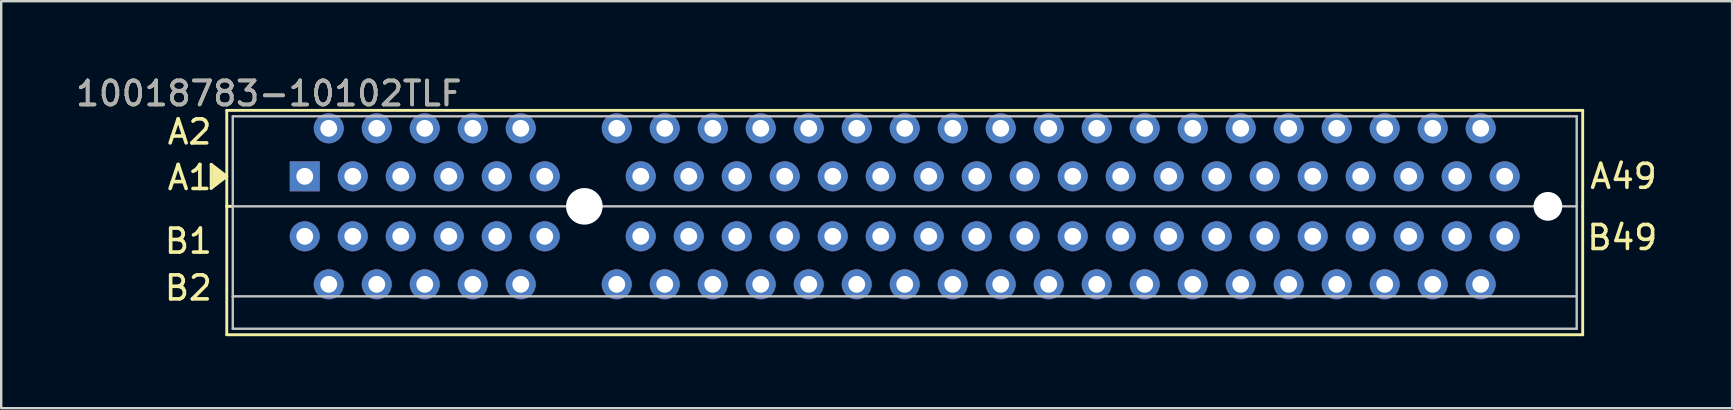
<source format=kicad_pcb>
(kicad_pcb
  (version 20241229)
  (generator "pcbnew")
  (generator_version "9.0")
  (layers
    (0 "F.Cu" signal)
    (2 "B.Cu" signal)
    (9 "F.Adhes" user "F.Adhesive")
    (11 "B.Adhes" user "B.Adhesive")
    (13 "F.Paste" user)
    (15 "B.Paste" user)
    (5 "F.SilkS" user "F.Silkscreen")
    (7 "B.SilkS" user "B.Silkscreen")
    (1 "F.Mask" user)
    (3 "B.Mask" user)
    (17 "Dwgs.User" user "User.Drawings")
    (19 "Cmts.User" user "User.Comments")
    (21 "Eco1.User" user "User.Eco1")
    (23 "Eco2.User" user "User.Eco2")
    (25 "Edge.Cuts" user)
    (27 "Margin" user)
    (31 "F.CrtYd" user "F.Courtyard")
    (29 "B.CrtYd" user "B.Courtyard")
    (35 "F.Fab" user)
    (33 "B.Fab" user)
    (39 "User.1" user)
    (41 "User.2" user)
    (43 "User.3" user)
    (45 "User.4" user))
  (footprint "10018783-10102TLF"
    (layer "F.Cu")
    (at 21.299 5.548)
    (property "Reference" "10018783-10102TLF" (at -13.15 -4.7 0) (unlocked yes) (layer "F.SilkS") (effects (font (size 1 1) (thickness 0.15))))
    (attr through_hole)
    (fp_line (start -15.55 -1.75) (end -15.55 -0.75) (stroke (width 0.12) (type solid)) (layer "F.SilkS"))
    (fp_line (start -15.55 -0.75) (end -14.9 -1.25) (stroke (width 0.12) (type solid)) (layer "F.SilkS"))
    (fp_line (start -15.45 -1.6) (end -15.05 -1.25) (stroke (width 0.12) (type solid)) (layer "F.SilkS"))
    (fp_line (start -15.45 -0.95) (end -15.45 -1.6) (stroke (width 0.12) (type solid)) (layer "F.SilkS"))
    (fp_line (start -15.45 -0.85) (end -15.35 -1.45) (stroke (width 0.12) (type solid)) (layer "F.SilkS"))
    (fp_line (start -15.35 -1.45) (end -15.2 -1.25) (stroke (width 0.12) (type solid)) (layer "F.SilkS"))
    (fp_line (start -15.35 -1.15) (end -15.35 -1.3) (stroke (width 0.12) (type solid)) (layer "F.SilkS"))
    (fp_line (start -15.2 -1.25) (end -15.35 -1.15) (stroke (width 0.12) (type solid)) (layer "F.SilkS"))
    (fp_line (start -15.05 -1.25) (end -15.45 -0.95) (stroke (width 0.12) (type solid)) (layer "F.SilkS"))
    (fp_line (start -14.9 -1.25) (end -15.55 -1.75) (stroke (width 0.12) (type solid)) (layer "F.SilkS"))
    (fp_line (start -14.9 0) (end -14.9 -4) (stroke (width 0.12) (type solid)) (layer "F.SilkS"))
    (fp_line (start -14.9 0) (end -14.9 5.35) (stroke (width 0.12) (type solid)) (layer "F.SilkS"))
    (fp_line (start -14.9 5.35) (end 41.6 5.35) (stroke (width 0.12) (type solid)) (layer "F.SilkS"))
    (fp_line (start -14.65 0) (end -14.9 0) (stroke (width 0.12) (type solid)) (layer "F.SilkS"))
    (fp_line (start 41.6 -4) (end -14.9 -4) (stroke (width 0.12) (type solid)) (layer "F.SilkS"))
    (fp_line (start 41.6 0) (end 41.6 -4) (stroke (width 0.12) (type solid)) (layer "F.SilkS"))
    (fp_line (start 41.6 5.35) (end 41.6 0) (stroke (width 0.12) (type solid)) (layer "F.SilkS"))
    (fp_line (start -14.65 -3.75) (end -14.65 0) (stroke (width 0.1) (type solid)) (layer "Dwgs.User"))
    (fp_line (start -14.65 0) (end -14.65 3.75) (stroke (width 0.1) (type solid)) (layer "Dwgs.User"))
    (fp_line (start -14.65 3.75) (end -14.65 5.1) (stroke (width 0.1) (type solid)) (layer "Dwgs.User"))
    (fp_line (start -14.65 3.75) (end 41.35 3.75) (stroke (width 0.1) (type solid)) (layer "Dwgs.User"))
    (fp_line (start -14.65 5.1) (end 41.35 5.1) (stroke (width 0.1) (type solid)) (layer "Dwgs.User"))
    (fp_line (start -0.15 0) (end -14.65 0) (stroke (width 0.1) (type solid)) (layer "Dwgs.User"))
    (fp_line (start -0.15 0) (end 41.35 0) (stroke (width 0.1) (type solid)) (layer "Dwgs.User"))
    (fp_line (start 41.35 -3.75) (end -14.65 -3.75) (stroke (width 0.1) (type solid)) (layer "Dwgs.User"))
    (fp_line (start 41.35 0) (end 41.35 -3.75) (stroke (width 0.1) (type solid)) (layer "Dwgs.User"))
    (fp_line (start 41.35 3.75) (end 41.35 0) (stroke (width 0.1) (type solid)) (layer "Dwgs.User"))
    (fp_line (start 41.35 5.1) (end 41.35 3.75) (stroke (width 0.1) (type solid)) (layer "Dwgs.User"))
    (fp_text user "A2" (at -16.45 -3.1 0) (unlocked yes) (layer "F.SilkS") (effects (font (size 1 1) (thickness 0.15))))
    (fp_text user "B49" (at 43.25 1.3 0) (unlocked yes) (layer "F.SilkS") (effects (font (size 1 1) (thickness 0.15))))
    (fp_text user "B1" (at -16.5 1.45 0) (unlocked yes) (layer "F.SilkS") (effects (font (size 1 1) (thickness 0.15))))
    (fp_text user "A1" (at -16.45 -1.2 0) (unlocked yes) (layer "F.SilkS") (effects (font (size 1 1) (thickness 0.15))))
    (fp_text user "B2" (at -16.5 3.4 0) (unlocked yes) (layer "F.SilkS") (effects (font (size 1 1) (thickness 0.15))))
    (fp_text user "A49" (at 43.3 -1.25 0) (unlocked yes) (layer "F.SilkS") (effects (font (size 1 1) (thickness 0.15))))
    (fp_text user "${REFERENCE}" (at -13.15 -4.7 0) (unlocked yes) (layer "F.Fab") (effects (font (size 1 1) (thickness 0.15))))
    (pad "" np_thru_hole circle (at 0 0) (size 1.524 1.524) (drill 2.35) (layers "*.Cu" "*.Mask"))
    (pad "" np_thru_hole circle (at 40.15 0) (size 1.2 1.2) (drill 2.35) (layers "*.Cu" "*.Mask"))
    (pad "A1" thru_hole rect (at -11.65 -1.25) (size 1.25 1.25) (drill 0.7) (layers "*.Cu" "*.Mask"))
    (pad "A2" thru_hole circle (at -10.65 -3.25) (size 1.25 1.25) (drill 0.7) (layers "*.Cu" "*.Mask"))
    (pad "A3" thru_hole circle (at -9.65 -1.25) (size 1.25 1.25) (drill 0.7) (layers "*.Cu" "*.Mask"))
    (pad "A4" thru_hole circle (at -8.65 -3.25) (size 1.25 1.25) (drill 0.7) (layers "*.Cu" "*.Mask"))
    (pad "A5" thru_hole circle (at -7.65 -1.25) (size 1.25 1.25) (drill 0.7) (layers "*.Cu" "*.Mask"))
    (pad "A6" thru_hole circle (at -6.65 -3.25) (size 1.25 1.25) (drill 0.7) (layers "*.Cu" "*.Mask"))
    (pad "A7" thru_hole circle (at -5.65 -1.25) (size 1.25 1.25) (drill 0.7) (layers "*.Cu" "*.Mask"))
    (pad "A8" thru_hole circle (at -4.65 -3.25) (size 1.25 1.25) (drill 0.7) (layers "*.Cu" "*.Mask"))
    (pad "A9" thru_hole circle (at -3.65 -1.25) (size 1.25 1.25) (drill 0.7) (layers "*.Cu" "*.Mask"))
    (pad "A10" thru_hole circle (at -2.65 -3.25) (size 1.25 1.25) (drill 0.7) (layers "*.Cu" "*.Mask"))
    (pad "A11" thru_hole circle (at -1.65 -1.25) (size 1.25 1.25) (drill 0.7) (layers "*.Cu" "*.Mask"))
    (pad "A12" thru_hole circle (at 1.35 -3.25) (size 1.25 1.25) (drill 0.7) (layers "*.Cu" "*.Mask"))
    (pad "A13" thru_hole circle (at 2.35 -1.25) (size 1.25 1.25) (drill 0.7) (layers "*.Cu" "*.Mask"))
    (pad "A14" thru_hole circle (at 3.35 -3.25) (size 1.25 1.25) (drill 0.7) (layers "*.Cu" "*.Mask"))
    (pad "A15" thru_hole circle (at 4.35 -1.25) (size 1.25 1.25) (drill 0.7) (layers "*.Cu" "*.Mask"))
    (pad "A16" thru_hole circle (at 5.35 -3.25) (size 1.25 1.25) (drill 0.7) (layers "*.Cu" "*.Mask"))
    (pad "A17" thru_hole circle (at 6.35 -1.25) (size 1.25 1.25) (drill 0.7) (layers "*.Cu" "*.Mask"))
    (pad "A18" thru_hole circle (at 7.35 -3.25) (size 1.25 1.25) (drill 0.7) (layers "*.Cu" "*.Mask"))
    (pad "A19" thru_hole circle (at 8.35 -1.25) (size 1.25 1.25) (drill 0.7) (layers "*.Cu" "*.Mask"))
    (pad "A20" thru_hole circle (at 9.35 -3.25) (size 1.25 1.25) (drill 0.7) (layers "*.Cu" "*.Mask"))
    (pad "A21" thru_hole circle (at 10.35 -1.25) (size 1.25 1.25) (drill 0.7) (layers "*.Cu" "*.Mask"))
    (pad "A22" thru_hole circle (at 11.35 -3.25) (size 1.25 1.25) (drill 0.7) (layers "*.Cu" "*.Mask"))
    (pad "A23" thru_hole circle (at 12.35 -1.25) (size 1.25 1.25) (drill 0.7) (layers "*.Cu" "*.Mask"))
    (pad "A24" thru_hole circle (at 13.35 -3.25) (size 1.25 1.25) (drill 0.7) (layers "*.Cu" "*.Mask"))
    (pad "A25" thru_hole circle (at 14.35 -1.25) (size 1.25 1.25) (drill 0.7) (layers "*.Cu" "*.Mask"))
    (pad "A26" thru_hole circle (at 15.35 -3.25) (size 1.25 1.25) (drill 0.7) (layers "*.Cu" "*.Mask"))
    (pad "A27" thru_hole circle (at 16.35 -1.25) (size 1.25 1.25) (drill 0.7) (layers "*.Cu" "*.Mask"))
    (pad "A28" thru_hole circle (at 17.35 -3.25) (size 1.25 1.25) (drill 0.7) (layers "*.Cu" "*.Mask"))
    (pad "A29" thru_hole circle (at 18.35 -1.25) (size 1.25 1.25) (drill 0.7) (layers "*.Cu" "*.Mask"))
    (pad "A30" thru_hole circle (at 19.35 -3.25) (size 1.25 1.25) (drill 0.7) (layers "*.Cu" "*.Mask"))
    (pad "A31" thru_hole circle (at 20.35 -1.25) (size 1.25 1.25) (drill 0.7) (layers "*.Cu" "*.Mask"))
    (pad "A32" thru_hole circle (at 21.35 -3.25) (size 1.25 1.25) (drill 0.7) (layers "*.Cu" "*.Mask"))
    (pad "A33" thru_hole circle (at 22.35 -1.25) (size 1.25 1.25) (drill 0.7) (layers "*.Cu" "*.Mask"))
    (pad "A34" thru_hole circle (at 23.35 -3.25) (size 1.25 1.25) (drill 0.7) (layers "*.Cu" "*.Mask"))
    (pad "A35" thru_hole circle (at 24.35 -1.25) (size 1.25 1.25) (drill 0.7) (layers "*.Cu" "*.Mask"))
    (pad "A36" thru_hole circle (at 25.35 -3.25) (size 1.25 1.25) (drill 0.7) (layers "*.Cu" "*.Mask"))
    (pad "A37" thru_hole circle (at 26.35 -1.25) (size 1.25 1.25) (drill 0.7) (layers "*.Cu" "*.Mask"))
    (pad "A38" thru_hole circle (at 27.35 -3.25) (size 1.25 1.25) (drill 0.7) (layers "*.Cu" "*.Mask"))
    (pad "A39" thru_hole circle (at 28.35 -1.25) (size 1.25 1.25) (drill 0.7) (layers "*.Cu" "*.Mask"))
    (pad "A40" thru_hole circle (at 29.35 -3.25) (size 1.25 1.25) (drill 0.7) (layers "*.Cu" "*.Mask"))
    (pad "A41" thru_hole circle (at 30.35 -1.25) (size 1.25 1.25) (drill 0.7) (layers "*.Cu" "*.Mask"))
    (pad "A42" thru_hole circle (at 31.35 -3.25) (size 1.25 1.25) (drill 0.7) (layers "*.Cu" "*.Mask"))
    (pad "A43" thru_hole circle (at 32.35 -1.25) (size 1.25 1.25) (drill 0.7) (layers "*.Cu" "*.Mask"))
    (pad "A44" thru_hole circle (at 33.35 -3.25) (size 1.25 1.25) (drill 0.7) (layers "*.Cu" "*.Mask"))
    (pad "A45" thru_hole circle (at 34.35 -1.25) (size 1.25 1.25) (drill 0.7) (layers "*.Cu" "*.Mask"))
    (pad "A46" thru_hole circle (at 35.35 -3.25) (size 1.25 1.25) (drill 0.7) (layers "*.Cu" "*.Mask"))
    (pad "A47" thru_hole circle (at 36.35 -1.25) (size 1.25 1.25) (drill 0.7) (layers "*.Cu" "*.Mask"))
    (pad "A48" thru_hole circle (at 37.35 -3.25) (size 1.25 1.25) (drill 0.7) (layers "*.Cu" "*.Mask"))
    (pad "A49" thru_hole circle (at 38.35 -1.25) (size 1.25 1.25) (drill 0.7) (layers "*.Cu" "*.Mask"))
    (pad "B1" thru_hole circle (at -11.65 1.25) (size 1.25 1.25) (drill 0.7) (layers "*.Cu" "*.Mask"))
    (pad "B2" thru_hole circle (at -10.65 3.25) (size 1.25 1.25) (drill 0.7) (layers "*.Cu" "*.Mask"))
    (pad "B3" thru_hole circle (at -9.65 1.25) (size 1.25 1.25) (drill 0.7) (layers "*.Cu" "*.Mask"))
    (pad "B4" thru_hole circle (at -8.65 3.25) (size 1.25 1.25) (drill 0.7) (layers "*.Cu" "*.Mask"))
    (pad "B5" thru_hole circle (at -7.65 1.25) (size 1.25 1.25) (drill 0.7) (layers "*.Cu" "*.Mask"))
    (pad "B6" thru_hole circle (at -6.65 3.25) (size 1.25 1.25) (drill 0.7) (layers "*.Cu" "*.Mask"))
    (pad "B7" thru_hole circle (at -5.65 1.25) (size 1.25 1.25) (drill 0.7) (layers "*.Cu" "*.Mask"))
    (pad "B8" thru_hole circle (at -4.65 3.25) (size 1.25 1.25) (drill 0.7) (layers "*.Cu" "*.Mask"))
    (pad "B9" thru_hole circle (at -3.65 1.25) (size 1.25 1.25) (drill 0.7) (layers "*.Cu" "*.Mask"))
    (pad "B10" thru_hole circle (at -2.65 3.25) (size 1.25 1.25) (drill 0.7) (layers "*.Cu" "*.Mask"))
    (pad "B11" thru_hole circle (at -1.65 1.25) (size 1.25 1.25) (drill 0.7) (layers "*.Cu" "*.Mask"))
    (pad "B12" thru_hole circle (at 1.35 3.25) (size 1.25 1.25) (drill 0.7) (layers "*.Cu" "*.Mask"))
    (pad "B13" thru_hole circle (at 2.35 1.25) (size 1.25 1.25) (drill 0.7) (layers "*.Cu" "*.Mask"))
    (pad "B14" thru_hole circle (at 3.35 3.25) (size 1.25 1.25) (drill 0.7) (layers "*.Cu" "*.Mask"))
    (pad "B15" thru_hole circle (at 4.35 1.25) (size 1.25 1.25) (drill 0.7) (layers "*.Cu" "*.Mask"))
    (pad "B16" thru_hole circle (at 5.35 3.25) (size 1.25 1.25) (drill 0.7) (layers "*.Cu" "*.Mask"))
    (pad "B17" thru_hole circle (at 6.35 1.25) (size 1.25 1.25) (drill 0.7) (layers "*.Cu" "*.Mask"))
    (pad "B18" thru_hole circle (at 7.35 3.25) (size 1.25 1.25) (drill 0.7) (layers "*.Cu" "*.Mask"))
    (pad "B19" thru_hole circle (at 8.35 1.25) (size 1.25 1.25) (drill 0.7) (layers "*.Cu" "*.Mask"))
    (pad "B20" thru_hole circle (at 9.35 3.25) (size 1.25 1.25) (drill 0.7) (layers "*.Cu" "*.Mask"))
    (pad "B21" thru_hole circle (at 10.35 1.25) (size 1.25 1.25) (drill 0.7) (layers "*.Cu" "*.Mask"))
    (pad "B22" thru_hole circle (at 11.35 3.25) (size 1.25 1.25) (drill 0.7) (layers "*.Cu" "*.Mask"))
    (pad "B23" thru_hole circle (at 12.35 1.25) (size 1.25 1.25) (drill 0.7) (layers "*.Cu" "*.Mask"))
    (pad "B24" thru_hole circle (at 13.35 3.25) (size 1.25 1.25) (drill 0.7) (layers "*.Cu" "*.Mask"))
    (pad "B25" thru_hole circle (at 14.35 1.25) (size 1.25 1.25) (drill 0.7) (layers "*.Cu" "*.Mask"))
    (pad "B26" thru_hole circle (at 15.35 3.25) (size 1.25 1.25) (drill 0.7) (layers "*.Cu" "*.Mask"))
    (pad "B27" thru_hole circle (at 16.35 1.25) (size 1.25 1.25) (drill 0.7) (layers "*.Cu" "*.Mask"))
    (pad "B28" thru_hole circle (at 17.35 3.25) (size 1.25 1.25) (drill 0.7) (layers "*.Cu" "*.Mask"))
    (pad "B29" thru_hole circle (at 18.35 1.25) (size 1.25 1.25) (drill 0.7) (layers "*.Cu" "*.Mask"))
    (pad "B30" thru_hole circle (at 19.35 3.25) (size 1.25 1.25) (drill 0.7) (layers "*.Cu" "*.Mask"))
    (pad "B31" thru_hole circle (at 20.35 1.25) (size 1.25 1.25) (drill 0.7) (layers "*.Cu" "*.Mask"))
    (pad "B32" thru_hole circle (at 21.35 3.25) (size 1.25 1.25) (drill 0.7) (layers "*.Cu" "*.Mask"))
    (pad "B33" thru_hole circle (at 22.35 1.25) (size 1.25 1.25) (drill 0.7) (layers "*.Cu" "*.Mask"))
    (pad "B34" thru_hole circle (at 23.35 3.25) (size 1.25 1.25) (drill 0.7) (layers "*.Cu" "*.Mask"))
    (pad "B35" thru_hole circle (at 24.35 1.25) (size 1.25 1.25) (drill 0.7) (layers "*.Cu" "*.Mask"))
    (pad "B36" thru_hole circle (at 25.35 3.25) (size 1.25 1.25) (drill 0.7) (layers "*.Cu" "*.Mask"))
    (pad "B37" thru_hole circle (at 26.35 1.25) (size 1.25 1.25) (drill 0.7) (layers "*.Cu" "*.Mask"))
    (pad "B38" thru_hole circle (at 27.35 3.25) (size 1.25 1.25) (drill 0.7) (layers "*.Cu" "*.Mask"))
    (pad "B39" thru_hole circle (at 28.35 1.25) (size 1.25 1.25) (drill 0.7) (layers "*.Cu" "*.Mask"))
    (pad "B40" thru_hole circle (at 29.35 3.25) (size 1.25 1.25) (drill 0.7) (layers "*.Cu" "*.Mask"))
    (pad "B41" thru_hole circle (at 30.35 1.25) (size 1.25 1.25) (drill 0.7) (layers "*.Cu" "*.Mask"))
    (pad "B42" thru_hole circle (at 31.35 3.25) (size 1.25 1.25) (drill 0.7) (layers "*.Cu" "*.Mask"))
    (pad "B43" thru_hole circle (at 32.35 1.25) (size 1.25 1.25) (drill 0.7) (layers "*.Cu" "*.Mask"))
    (pad "B44" thru_hole circle (at 33.35 3.25) (size 1.25 1.25) (drill 0.7) (layers "*.Cu" "*.Mask"))
    (pad "B45" thru_hole circle (at 34.35 1.25) (size 1.25 1.25) (drill 0.7) (layers "*.Cu" "*.Mask"))
    (pad "B46" thru_hole circle (at 35.35 3.25) (size 1.25 1.25) (drill 0.7) (layers "*.Cu" "*.Mask"))
    (pad "B47" thru_hole circle (at 36.35 1.25) (size 1.25 1.25) (drill 0.7) (layers "*.Cu" "*.Mask"))
    (pad "B48" thru_hole circle (at 37.35 3.25) (size 1.25 1.25) (drill 0.7) (layers "*.Cu" "*.Mask"))
    (pad "B49" thru_hole circle (at 38.35 1.25) (size 1.25 1.25) (drill 0.7) (layers "*.Cu" "*.Mask")))
  (gr_rect
    (start -3 -3)
    (end 69.126 13.958)
    (stroke (width 0.1) (type default))
    (fill no)
    (layer "Edge.Cuts")))
</source>
